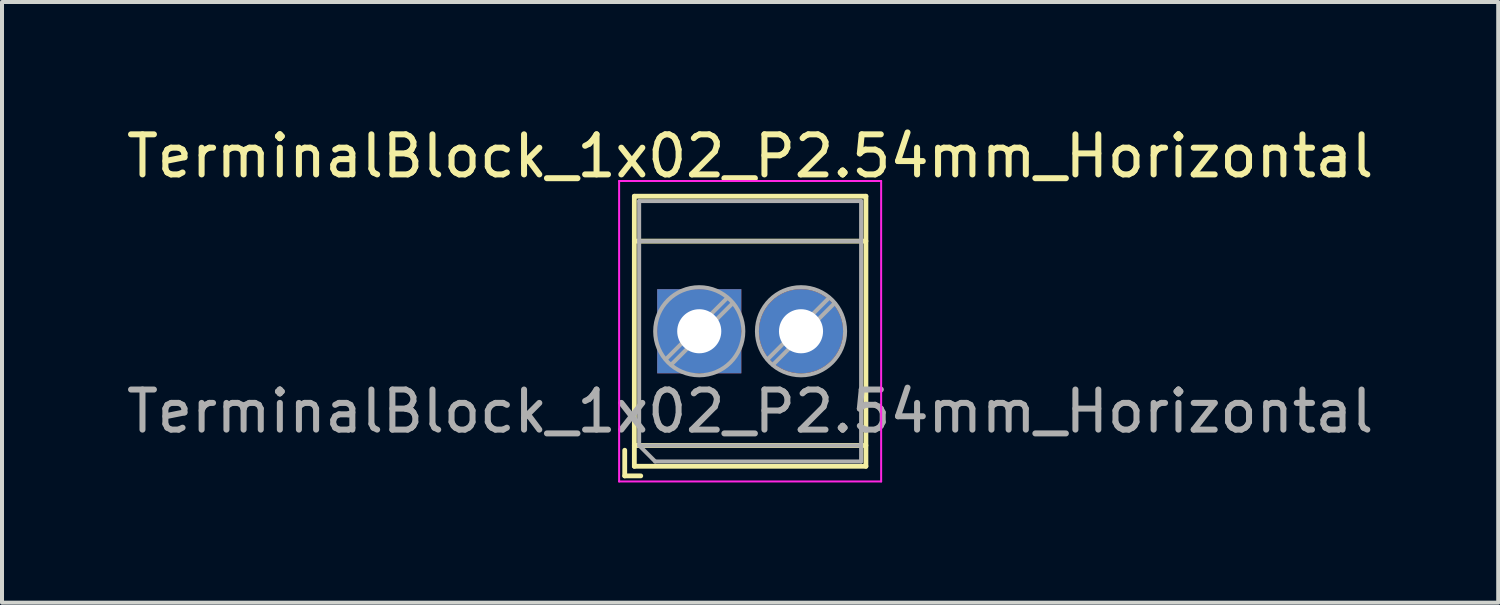
<source format=kicad_pcb>
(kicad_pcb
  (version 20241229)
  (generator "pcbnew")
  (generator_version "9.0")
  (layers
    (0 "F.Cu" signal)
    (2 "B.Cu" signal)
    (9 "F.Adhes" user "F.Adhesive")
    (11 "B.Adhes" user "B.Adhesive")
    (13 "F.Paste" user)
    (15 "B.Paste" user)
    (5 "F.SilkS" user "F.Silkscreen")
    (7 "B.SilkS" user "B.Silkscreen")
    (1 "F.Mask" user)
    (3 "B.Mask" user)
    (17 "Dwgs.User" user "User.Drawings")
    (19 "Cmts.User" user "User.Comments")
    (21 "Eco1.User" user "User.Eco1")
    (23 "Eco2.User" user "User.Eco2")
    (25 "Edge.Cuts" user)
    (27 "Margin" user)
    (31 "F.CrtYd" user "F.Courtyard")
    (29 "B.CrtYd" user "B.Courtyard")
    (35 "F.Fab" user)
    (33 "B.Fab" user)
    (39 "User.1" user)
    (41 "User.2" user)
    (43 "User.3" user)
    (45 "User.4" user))
  (footprint "TerminalBlock_1x02_P2.54mm_Horizontal"
    (layer "F.Cu")
    (at 14.403 5.218)
    (property "Reference" "TerminalBlock_1x02_P2.54mm_Horizontal" (at 1.27 -4.37 0) (layer "F.SilkS") (effects (font (size 1 1) (thickness 0.15))))
    (attr through_hole)
    (fp_line (start -1.86 2.97) (end -1.86 3.61) (stroke (width 0.12) (type solid)) (layer "F.SilkS"))
    (fp_line (start -1.86 3.61) (end -1.46 3.61) (stroke (width 0.12) (type solid)) (layer "F.SilkS"))
    (fp_line (start -1.62 -3.37) (end -1.62 3.37) (stroke (width 0.12) (type solid)) (layer "F.SilkS"))
    (fp_line (start -1.62 -3.37) (end 4.16 -3.37) (stroke (width 0.12) (type solid)) (layer "F.SilkS"))
    (fp_line (start -1.62 -2.25) (end 4.16 -2.25) (stroke (width 0.12) (type solid)) (layer "F.SilkS"))
    (fp_line (start -1.62 2.85) (end 4.16 2.85) (stroke (width 0.12) (type solid)) (layer "F.SilkS"))
    (fp_line (start -1.62 3.37) (end 4.16 3.37) (stroke (width 0.12) (type solid)) (layer "F.SilkS"))
    (fp_line (start 4.16 -3.37) (end 4.16 3.37) (stroke (width 0.12) (type solid)) (layer "F.SilkS"))
    (fp_line (start -2 -3.75) (end -2 3.75) (stroke (width 0.05) (type solid)) (layer "F.CrtYd"))
    (fp_line (start -2 3.75) (end 4.54 3.75) (stroke (width 0.05) (type solid)) (layer "F.CrtYd"))
    (fp_line (start 4.54 -3.75) (end -2 -3.75) (stroke (width 0.05) (type solid)) (layer "F.CrtYd"))
    (fp_line (start 4.54 3.75) (end 4.54 -3.75) (stroke (width 0.05) (type solid)) (layer "F.CrtYd"))
    (fp_line (start -1.5 -3.25) (end 4.04 -3.25) (stroke (width 0.1) (type solid)) (layer "F.Fab"))
    (fp_line (start -1.5 -2.25) (end 4.04 -2.25) (stroke (width 0.1) (type solid)) (layer "F.Fab"))
    (fp_line (start -1.5 2.85) (end -1.5 -3.25) (stroke (width 0.1) (type solid)) (layer "F.Fab"))
    (fp_line (start -1.5 2.85) (end 4.04 2.85) (stroke (width 0.1) (type solid)) (layer "F.Fab"))
    (fp_line (start -1.1 3.25) (end -1.5 2.85) (stroke (width 0.1) (type solid)) (layer "F.Fab"))
    (fp_line (start 0.701 -0.835) (end -0.835 0.7) (stroke (width 0.1) (type solid)) (layer "F.Fab"))
    (fp_line (start 0.835 -0.7) (end -0.701 0.835) (stroke (width 0.1) (type solid)) (layer "F.Fab"))
    (fp_line (start 3.241 -0.835) (end 1.706 0.7) (stroke (width 0.1) (type solid)) (layer "F.Fab"))
    (fp_line (start 3.375 -0.7) (end 1.84 0.835) (stroke (width 0.1) (type solid)) (layer "F.Fab"))
    (fp_line (start 4.04 -3.25) (end 4.04 3.25) (stroke (width 0.1) (type solid)) (layer "F.Fab"))
    (fp_line (start 4.04 3.25) (end -1.1 3.25) (stroke (width 0.1) (type solid)) (layer "F.Fab"))
    (fp_circle (center 0 0) (end 1.1 0) (stroke (width 0.1) (type solid)) (fill no) (layer "F.Fab"))
    (fp_circle (center 2.54 0) (end 3.64 0) (stroke (width 0.1) (type solid)) (fill no) (layer "F.Fab"))
    (fp_text user "${REFERENCE}" (at 1.27 2 0) (layer "F.Fab") (effects (font (size 1 1) (thickness 0.15))))
    (pad "1" thru_hole rect (at 0 0) (size 2.1 2.1) (drill 1.1) (layers "*.Cu" "*.Mask"))
    (pad "2" thru_hole circle (at 2.54 0) (size 2.1 2.1) (drill 1.1) (layers "*.Cu" "*.Mask")))
  (gr_rect
    (start -3 -3)
    (end 34.345 11.993)
    (stroke (width 0.1) (type default))
    (fill no)
    (layer "Edge.Cuts")))
</source>
